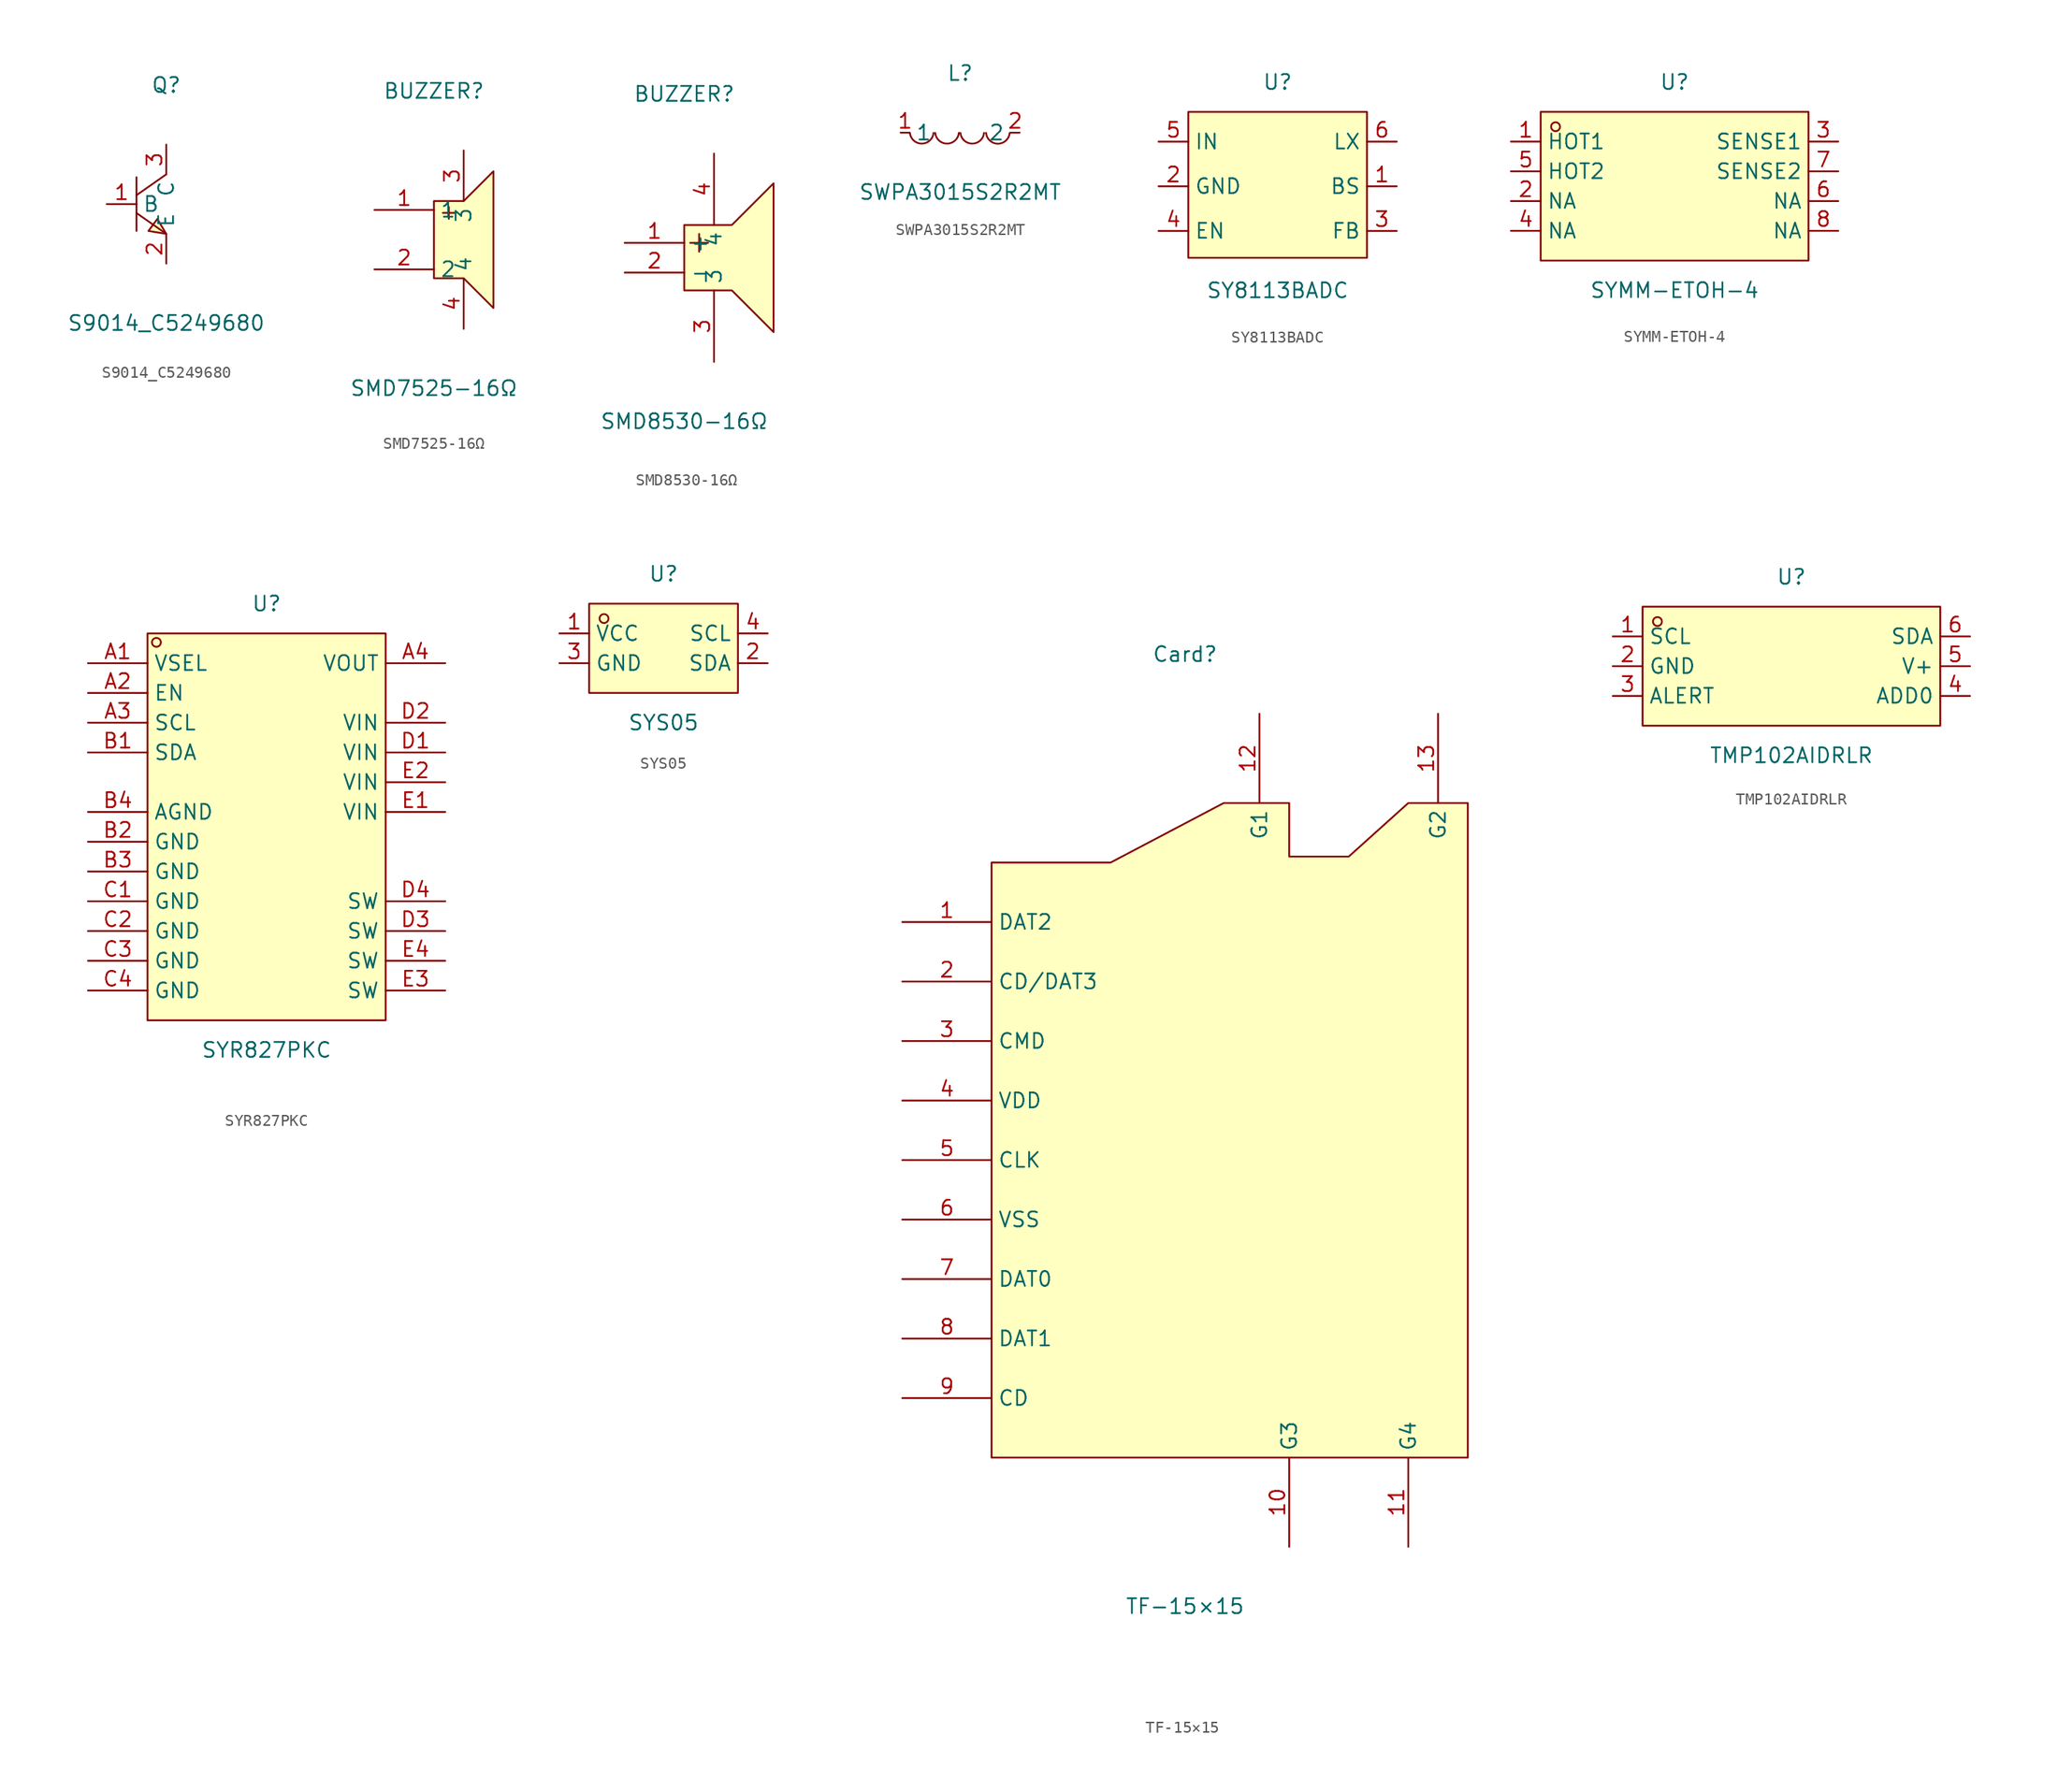
<source format=kicad_sym>
(kicad_symbol_lib
  (version 20241209)
  (generator "kicad_symbol_editor")
  (generator_version "9.0")
  (symbol "S9014_C5249680"
    (property "Reference" "Q"
      (at 0 10.16 0)
      (effects (font (size 1.27 1.27))))
    (property "Value" "S9014_C5249680"
      (at 0 -10.16 0)
      (effects (font (size 1.27 1.27))))
    (symbol "S9014_C5249680_0_1"
      (polyline (pts (xy -2.54 2.29) (xy -2.54 -2.29)) (stroke (width 0) (type default)) (fill (type none)))
      (polyline (pts (xy -2.54 -0.76) (xy 0 -2.54)) (stroke (width 0) (type default)) (fill (type none)))
      (polyline (pts (xy 0 2.54) (xy -2.54 0.76)) (stroke (width 0) (type default)) (fill (type none)))
      (polyline (pts (xy 0 -2.54) (xy -0.76 -1.27) (xy -1.52 -2.29) (xy 0 -2.54)) (stroke (width 0) (type default)) (fill (type background)))
      (pin input line (at -5.08 0 0) (length 2.54) (name "B" (effects (font (size 1.27 1.27)))) (number "1" (effects (font (size 1.27 1.27)))))
      (pin input line (at 0 5.08 270) (length 2.54) (name "C" (effects (font (size 1.27 1.27)))) (number "3" (effects (font (size 1.27 1.27)))))
      (pin input line (at 0 -5.08 90) (length 2.54) (name "E" (effects (font (size 1.27 1.27)))) (number "2" (effects (font (size 1.27 1.27)))))))
  (symbol "SMD7525-16Ω"
    (property "Reference" "BUZZER"
      (at 0 12.70 0)
      (effects (font (size 1.27 1.27))))
    (property "Value" "SMD7525-16Ω"
      (at 0 -12.70 0)
      (effects (font (size 1.27 1.27))))
    (symbol "SMD7525-16Ω_0_1"
      (polyline (pts (xy 1.27 2.79) (xy 1.27 1.78)) (stroke (width 0) (type default) (color 0 0 0 0)) (fill (type none)))
      (polyline (pts (xy 0.76 2.29) (xy 1.78 2.29)) (stroke (width 0) (type default) (color 0 0 0 0)) (fill (type none)))
      (polyline (pts (xy 0.00 1.78) (xy 0.00 -3.30) (xy 2.54 -3.30) (xy 5.08 -5.84) (xy 5.08 5.84) (xy 2.54 3.30) (xy 0.00 3.30) (xy 0.00 1.78)) (stroke (width 0) (type default) (color 0 0 0 0)) (fill (type background)))
      (pin unspecified line (at 2.54 -7.62 90) (length 4.318) (name "4" (effects (font (size 1.27 1.27)))) (number "4" (effects (font (size 1.27 1.27)))))
      (pin unspecified line (at 2.54 7.62 270) (length 4.318) (name "3" (effects (font (size 1.27 1.27)))) (number "3" (effects (font (size 1.27 1.27)))))
      (pin unspecified line (at -5.08 -2.54 0) (length 5.08) (name "2" (effects (font (size 1.27 1.27)))) (number "2" (effects (font (size 1.27 1.27)))))
      (pin unspecified line (at -5.08 2.54 0) (length 5.08) (name "1" (effects (font (size 1.27 1.27)))) (number "1" (effects (font (size 1.27 1.27)))))))
  (symbol "SMD8530-16Ω"
    (property "Reference" "BUZZER"
      (at 0 15.24 0)
      (effects (font (size 1.27 1.27))))
    (property "Value" "SMD8530-16Ω"
      (at 0 -12.70 0)
      (effects (font (size 1.27 1.27))))
    (symbol "SMD8530-16Ω_0_1"
      (polyline (pts (xy 1.27 3.30) (xy 1.27 1.78)) (stroke (width 0) (type default) (color 0 0 0 0)) (fill (type none)))
      (polyline (pts (xy 2.03 2.54) (xy 0.51 2.54)) (stroke (width 0) (type default) (color 0 0 0 0)) (fill (type none)))
      (polyline (pts (xy 4.06 -1.52) (xy 0.00 -1.52) (xy 0.00 4.06) (xy 4.06 4.06) (xy 7.62 7.62) (xy 7.62 -5.08) (xy 4.06 -1.52)) (stroke (width 0) (type default) (color 0 0 0 0)) (fill (type background)))
      (pin unspecified line (at 2.54 10.16 270) (length 6.096) (name "4" (effects (font (size 1.27 1.27)))) (number "4" (effects (font (size 1.27 1.27)))))
      (pin unspecified line (at 2.54 -7.62 90) (length 6.096) (name "3" (effects (font (size 1.27 1.27)))) (number "3" (effects (font (size 1.27 1.27)))))
      (pin unspecified line (at -5.08 -0.00 0) (length 5.08) (name "-" (effects (font (size 1.27 1.27)))) (number "2" (effects (font (size 1.27 1.27)))))
      (pin unspecified line (at -5.08 2.54 0) (length 5.08) (name "+" (effects (font (size 1.27 1.27)))) (number "1" (effects (font (size 1.27 1.27)))))))
  (symbol "SWPA3015S2R2MT"
    (property "Reference" "L"
      (at 0 5.08 0)
      (effects (font (size 1.27 1.27))))
    (property "Value" "SWPA3015S2R2MT"
      (at 0 -5.08 0)
      (effects (font (size 1.27 1.27))))
    (symbol "SWPA3015S2R2MT_0_1"
      (arc (start -2.27 -0.02) (mid -3.28 -0.937) (end -4.29 -0.02) (stroke (width 0) (type default)) (fill (type none)))
      (arc (start -0.11 -0.02) (mid -1.12 -0.937) (end -2.13 -0.02) (stroke (width 0) (type default)) (fill (type none)))
      (arc (start 2.04 -0.02) (mid 1.03 -0.937) (end 0.02 -0.02) (stroke (width 0) (type default)) (fill (type none)))
      (arc (start 4.23 -0.02) (mid 3.22 -0.9448) (end 2.21 -0.02) (stroke (width 0) (type default)) (fill (type none)))
      (pin unspecified line (at -5.08 0 0) (length 0.762) (name "1" (effects (font (size 1.27 1.27)))) (number "1" (effects (font (size 1.27 1.27)))))
      (pin unspecified line (at 5.08 0 180) (length 0.762) (name "2" (effects (font (size 1.27 1.27)))) (number "2" (effects (font (size 1.27 1.27)))))))
  (symbol "SY8113BADC"
    (property "Reference" "U"
      (at 0 8.89 0)
      (effects (font (size 1.27 1.27))))
    (property "Value" "SY8113BADC"
      (at 0 -8.89 0)
      (effects (font (size 1.27 1.27))))
    (symbol "SY8113BADC_0_1"
      (rectangle (start -7.62 6.35) (end 7.62 -6.1) (stroke (width 0) (type default)) (fill (type background)))
      (pin unspecified line (at -10.16 3.81 0) (length 2.54) (name "IN" (effects (font (size 1.27 1.27)))) (number "5" (effects (font (size 1.27 1.27)))))
      (pin unspecified line (at -10.16 0 0) (length 2.54) (name "GND" (effects (font (size 1.27 1.27)))) (number "2" (effects (font (size 1.27 1.27)))))
      (pin unspecified line (at -10.16 -3.81 0) (length 2.54) (name "EN" (effects (font (size 1.27 1.27)))) (number "4" (effects (font (size 1.27 1.27)))))
      (pin unspecified line (at 10.16 3.81 180) (length 2.54) (name "LX" (effects (font (size 1.27 1.27)))) (number "6" (effects (font (size 1.27 1.27)))))
      (pin unspecified line (at 10.16 0 180) (length 2.54) (name "BS" (effects (font (size 1.27 1.27)))) (number "1" (effects (font (size 1.27 1.27)))))
      (pin unspecified line (at 10.16 -3.81 180) (length 2.54) (name "FB" (effects (font (size 1.27 1.27)))) (number "3" (effects (font (size 1.27 1.27)))))))
  (symbol "SYMM-ETOH-4"
    (property "Reference" "U"
      (at 0 8.89 0)
      (effects (font (size 1.27 1.27))))
    (property "Value" "SYMM-ETOH-4"
      (at 0 -8.89 0)
      (effects (font (size 1.27 1.27))))
    (symbol "SYMM-ETOH-4_0_1"
      (rectangle (start -11.43 6.35) (end 11.43 -6.35) (stroke (width 0) (type default) (color 0 0 0 0)) (fill (type background)))
      (circle (center -10.16 5.08) (radius 0.38) (stroke (width 0) (type default) (color 0 0 0 0)) (fill (type none)))
      (pin unspecified line (at -13.97 3.81 0) (length 2.54) (name "HOT1" (effects (font (size 1.27 1.27)))) (number "1" (effects (font (size 1.27 1.27)))))
      (pin unspecified line (at -13.97 -1.27 0) (length 2.54) (name "NA" (effects (font (size 1.27 1.27)))) (number "2" (effects (font (size 1.27 1.27)))))
      (pin unspecified line (at 13.97 3.81 180) (length 2.54) (name "SENSE1" (effects (font (size 1.27 1.27)))) (number "3" (effects (font (size 1.27 1.27)))))
      (pin unspecified line (at -13.97 -3.81 0) (length 2.54) (name "NA" (effects (font (size 1.27 1.27)))) (number "4" (effects (font (size 1.27 1.27)))))
      (pin unspecified line (at -13.97 1.27 0) (length 2.54) (name "HOT2" (effects (font (size 1.27 1.27)))) (number "5" (effects (font (size 1.27 1.27)))))
      (pin unspecified line (at 13.97 -1.27 180) (length 2.54) (name "NA" (effects (font (size 1.27 1.27)))) (number "6" (effects (font (size 1.27 1.27)))))
      (pin unspecified line (at 13.97 1.27 180) (length 2.54) (name "SENSE2" (effects (font (size 1.27 1.27)))) (number "7" (effects (font (size 1.27 1.27)))))
      (pin unspecified line (at 13.97 -3.81 180) (length 2.54) (name "NA" (effects (font (size 1.27 1.27)))) (number "8" (effects (font (size 1.27 1.27)))))))
  (symbol "SYR827PKC"
    (property "Reference" "U"
      (at 0 19.05 0)
      (effects (font (size 1.27 1.27))))
    (property "Value" "SYR827PKC"
      (at 0 -19.05 0)
      (effects (font (size 1.27 1.27))))
    (symbol "SYR827PKC_0_1"
      (rectangle (start -10.16 16.51) (end 10.16 -16.51) (stroke (width 0) (type default)) (fill (type background)))
      (circle (center -9.4 15.75) (radius 0.38) (stroke (width 0) (type default)) (fill (type none)))
      (pin unspecified line (at -15.24 13.97 0) (length 5.08) (name "VSEL" (effects (font (size 1.27 1.27)))) (number "A1" (effects (font (size 1.27 1.27)))))
      (pin unspecified line (at -15.24 11.43 0) (length 5.08) (name "EN" (effects (font (size 1.27 1.27)))) (number "A2" (effects (font (size 1.27 1.27)))))
      (pin unspecified line (at -15.24 8.89 0) (length 5.08) (name "SCL" (effects (font (size 1.27 1.27)))) (number "A3" (effects (font (size 1.27 1.27)))))
      (pin unspecified line (at -15.24 6.35 0) (length 5.08) (name "SDA" (effects (font (size 1.27 1.27)))) (number "B1" (effects (font (size 1.27 1.27)))))
      (pin unspecified line (at -15.24 1.27 0) (length 5.08) (name "AGND" (effects (font (size 1.27 1.27)))) (number "B4" (effects (font (size 1.27 1.27)))))
      (pin unspecified line (at -15.24 -1.27 0) (length 5.08) (name "GND" (effects (font (size 1.27 1.27)))) (number "B2" (effects (font (size 1.27 1.27)))))
      (pin unspecified line (at -15.24 -3.81 0) (length 5.08) (name "GND" (effects (font (size 1.27 1.27)))) (number "B3" (effects (font (size 1.27 1.27)))))
      (pin unspecified line (at -15.24 -6.35 0) (length 5.08) (name "GND" (effects (font (size 1.27 1.27)))) (number "C1" (effects (font (size 1.27 1.27)))))
      (pin unspecified line (at -15.24 -8.89 0) (length 5.08) (name "GND" (effects (font (size 1.27 1.27)))) (number "C2" (effects (font (size 1.27 1.27)))))
      (pin unspecified line (at -15.24 -11.43 0) (length 5.08) (name "GND" (effects (font (size 1.27 1.27)))) (number "C3" (effects (font (size 1.27 1.27)))))
      (pin unspecified line (at -15.24 -13.97 0) (length 5.08) (name "GND" (effects (font (size 1.27 1.27)))) (number "C4" (effects (font (size 1.27 1.27)))))
      (pin unspecified line (at 15.24 13.97 180) (length 5.08) (name "VOUT" (effects (font (size 1.27 1.27)))) (number "A4" (effects (font (size 1.27 1.27)))))
      (pin unspecified line (at 15.24 8.89 180) (length 5.08) (name "VIN" (effects (font (size 1.27 1.27)))) (number "D2" (effects (font (size 1.27 1.27)))))
      (pin unspecified line (at 15.24 6.35 180) (length 5.08) (name "VIN" (effects (font (size 1.27 1.27)))) (number "D1" (effects (font (size 1.27 1.27)))))
      (pin unspecified line (at 15.24 3.81 180) (length 5.08) (name "VIN" (effects (font (size 1.27 1.27)))) (number "E2" (effects (font (size 1.27 1.27)))))
      (pin unspecified line (at 15.24 1.27 180) (length 5.08) (name "VIN" (effects (font (size 1.27 1.27)))) (number "E1" (effects (font (size 1.27 1.27)))))
      (pin unspecified line (at 15.24 -6.35 180) (length 5.08) (name "SW" (effects (font (size 1.27 1.27)))) (number "D4" (effects (font (size 1.27 1.27)))))
      (pin unspecified line (at 15.24 -8.89 180) (length 5.08) (name "SW" (effects (font (size 1.27 1.27)))) (number "D3" (effects (font (size 1.27 1.27)))))
      (pin unspecified line (at 15.24 -11.43 180) (length 5.08) (name "SW" (effects (font (size 1.27 1.27)))) (number "E4" (effects (font (size 1.27 1.27)))))
      (pin unspecified line (at 15.24 -13.97 180) (length 5.08) (name "SW" (effects (font (size 1.27 1.27)))) (number "E3" (effects (font (size 1.27 1.27)))))))
  (symbol "SYS05"
    (property "Reference" "U"
      (at 0 6.35 0)
      (effects (font (size 1.27 1.27))))
    (property "Value" "SYS05"
      (at 0 -6.35 0)
      (effects (font (size 1.27 1.27))))
    (symbol "SYS05_0_1"
      (rectangle (start -6.35 3.81) (end 6.35 -3.81) (stroke (width 0) (type default) (color 0 0 0 0)) (fill (type background)))
      (circle (center -5.08 2.54) (radius 0.38) (stroke (width 0) (type default) (color 0 0 0 0)) (fill (type none)))
      (pin unspecified line (at -8.89 1.27 0) (length 2.54) (name "VCC" (effects (font (size 1.27 1.27)))) (number "1" (effects (font (size 1.27 1.27)))))
      (pin unspecified line (at 8.89 -1.27 180) (length 2.54) (name "SDA" (effects (font (size 1.27 1.27)))) (number "2" (effects (font (size 1.27 1.27)))))
      (pin unspecified line (at -8.89 -1.27 0) (length 2.54) (name "GND" (effects (font (size 1.27 1.27)))) (number "3" (effects (font (size 1.27 1.27)))))
      (pin unspecified line (at 8.89 1.27 180) (length 2.54) (name "SCL" (effects (font (size 1.27 1.27)))) (number "4" (effects (font (size 1.27 1.27)))))))
  (symbol "TF-15×15"
    (property "Reference" "Card"
      (at 0 40.64 0)
      (effects (font (size 1.27 1.27))))
    (property "Value" "TF-15×15"
      (at 0 -40.64 0)
      (effects (font (size 1.27 1.27))))
    (symbol "TF-15×15_0_1"
      (polyline (pts (xy -16.51 22.86) (xy -6.35 22.86) (xy 3.3 27.94) (xy 8.89 27.94) (xy 8.89 23.37) (xy 13.97 23.37) (xy 19.05 27.94) (xy 24.13 27.94) (xy 24.13 -27.94) (xy -16.51 -27.94) (xy -16.51 22.86)) (stroke (width 0) (type default)) (fill (type background)))
      (pin input line (at -24.13 17.78 0) (length 7.62) (name "DAT2" (effects (font (size 1.27 1.27)))) (number "1" (effects (font (size 1.27 1.27)))))
      (pin input line (at -24.13 12.7 0) (length 7.62) (name "CD/DAT3" (effects (font (size 1.27 1.27)))) (number "2" (effects (font (size 1.27 1.27)))))
      (pin input line (at -24.13 7.62 0) (length 7.62) (name "CMD" (effects (font (size 1.27 1.27)))) (number "3" (effects (font (size 1.27 1.27)))))
      (pin input line (at -24.13 2.54 0) (length 7.62) (name "VDD" (effects (font (size 1.27 1.27)))) (number "4" (effects (font (size 1.27 1.27)))))
      (pin input line (at -24.13 -2.54 0) (length 7.62) (name "CLK" (effects (font (size 1.27 1.27)))) (number "5" (effects (font (size 1.27 1.27)))))
      (pin input line (at -24.13 -7.62 0) (length 7.62) (name "VSS" (effects (font (size 1.27 1.27)))) (number "6" (effects (font (size 1.27 1.27)))))
      (pin input line (at -24.13 -12.7 0) (length 7.62) (name "DAT0" (effects (font (size 1.27 1.27)))) (number "7" (effects (font (size 1.27 1.27)))))
      (pin input line (at -24.13 -17.78 0) (length 7.62) (name "DAT1" (effects (font (size 1.27 1.27)))) (number "8" (effects (font (size 1.27 1.27)))))
      (pin input line (at -24.13 -22.86 0) (length 7.62) (name "CD" (effects (font (size 1.27 1.27)))) (number "9" (effects (font (size 1.27 1.27)))))
      (pin input line (at 6.35 35.56 270) (length 7.62) (name "G1" (effects (font (size 1.27 1.27)))) (number "12" (effects (font (size 1.27 1.27)))))
      (pin input line (at 8.89 -35.56 90) (length 7.62) (name "G3" (effects (font (size 1.27 1.27)))) (number "10" (effects (font (size 1.27 1.27)))))
      (pin input line (at 19.05 -35.56 90) (length 7.62) (name "G4" (effects (font (size 1.27 1.27)))) (number "11" (effects (font (size 1.27 1.27)))))
      (pin input line (at 21.59 35.56 270) (length 7.62) (name "G2" (effects (font (size 1.27 1.27)))) (number "13" (effects (font (size 1.27 1.27)))))))
  (symbol "TMP102AIDRLR"
    (property "Reference" "U"
      (at 0 7.62 0)
      (effects (font (size 1.27 1.27))))
    (property "Value" "TMP102AIDRLR"
      (at 0 -7.62 0)
      (effects (font (size 1.27 1.27))))
    (symbol "TMP102AIDRLR_0_1"
      (rectangle (start -12.70 5.08) (end 12.70 -5.08) (stroke (width 0) (type default) (color 0 0 0 0)) (fill (type background)))
      (circle (center -11.43 3.81) (radius 0.38) (stroke (width 0) (type default) (color 0 0 0 0)) (fill (type none)))
      (pin unspecified line (at -15.24 2.54 0) (length 2.54) (name "SCL" (effects (font (size 1.27 1.27)))) (number "1" (effects (font (size 1.27 1.27)))))
      (pin unspecified line (at -15.24 -0.00 0) (length 2.54) (name "GND" (effects (font (size 1.27 1.27)))) (number "2" (effects (font (size 1.27 1.27)))))
      (pin unspecified line (at -15.24 -2.54 0) (length 2.54) (name "ALERT" (effects (font (size 1.27 1.27)))) (number "3" (effects (font (size 1.27 1.27)))))
      (pin unspecified line (at 15.24 -2.54 180) (length 2.54) (name "ADD0" (effects (font (size 1.27 1.27)))) (number "4" (effects (font (size 1.27 1.27)))))
      (pin unspecified line (at 15.24 -0.00 180) (length 2.54) (name "V+" (effects (font (size 1.27 1.27)))) (number "5" (effects (font (size 1.27 1.27)))))
      (pin unspecified line (at 15.24 2.54 180) (length 2.54) (name "SDA" (effects (font (size 1.27 1.27)))) (number "6" (effects (font (size 1.27 1.27))))))))
</source>
